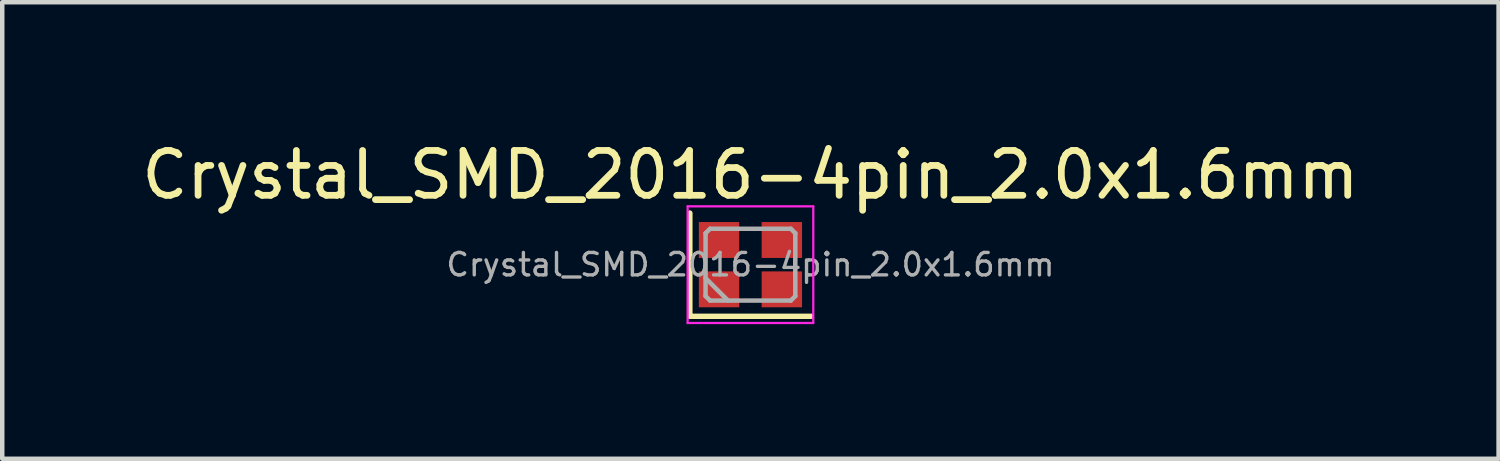
<source format=kicad_pcb>
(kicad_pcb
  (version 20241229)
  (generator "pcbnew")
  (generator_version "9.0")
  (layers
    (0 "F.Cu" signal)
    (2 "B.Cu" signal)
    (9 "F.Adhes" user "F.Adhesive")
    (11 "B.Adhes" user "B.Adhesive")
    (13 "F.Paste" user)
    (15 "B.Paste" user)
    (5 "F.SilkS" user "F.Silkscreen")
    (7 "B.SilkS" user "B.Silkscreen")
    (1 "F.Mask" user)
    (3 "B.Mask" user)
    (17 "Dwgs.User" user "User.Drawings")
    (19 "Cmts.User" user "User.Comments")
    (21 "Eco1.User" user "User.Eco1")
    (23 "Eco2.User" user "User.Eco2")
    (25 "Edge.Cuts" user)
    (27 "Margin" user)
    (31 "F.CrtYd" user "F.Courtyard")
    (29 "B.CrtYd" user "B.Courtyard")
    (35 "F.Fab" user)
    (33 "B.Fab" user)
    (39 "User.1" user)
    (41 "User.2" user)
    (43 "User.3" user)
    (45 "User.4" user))
  (footprint "Crystal_SMD_2016-4pin_2.0x1.6mm"
    (layer "F.Cu")
    (at 13.673 2.848)
    (property "Reference" "Crystal_SMD_2016-4pin_2.0x1.6mm" (at 0 -2 0) (layer "F.SilkS") (effects (font (size 1 1) (thickness 0.15))))
    (attr smd)
    (fp_line (start -1.35 -1.15) (end -1.35 1.15) (stroke (width 0.12) (type solid)) (layer "F.SilkS"))
    (fp_line (start -1.35 1.15) (end 1.35 1.15) (stroke (width 0.12) (type solid)) (layer "F.SilkS"))
    (fp_line (start -1.4 -1.3) (end -1.4 1.3) (stroke (width 0.05) (type solid)) (layer "F.CrtYd"))
    (fp_line (start -1.4 1.3) (end 1.4 1.3) (stroke (width 0.05) (type solid)) (layer "F.CrtYd"))
    (fp_line (start 1.4 -1.3) (end -1.4 -1.3) (stroke (width 0.05) (type solid)) (layer "F.CrtYd"))
    (fp_line (start 1.4 1.3) (end 1.4 -1.3) (stroke (width 0.05) (type solid)) (layer "F.CrtYd"))
    (fp_line (start -1 -0.7) (end -0.9 -0.8) (stroke (width 0.1) (type solid)) (layer "F.Fab"))
    (fp_line (start -1 0.3) (end -0.5 0.8) (stroke (width 0.1) (type solid)) (layer "F.Fab"))
    (fp_line (start -1 0.7) (end -1 -0.7) (stroke (width 0.1) (type solid)) (layer "F.Fab"))
    (fp_line (start -0.9 -0.8) (end 0.9 -0.8) (stroke (width 0.1) (type solid)) (layer "F.Fab"))
    (fp_line (start -0.9 0.8) (end -1 0.7) (stroke (width 0.1) (type solid)) (layer "F.Fab"))
    (fp_line (start 0.9 -0.8) (end 1 -0.7) (stroke (width 0.1) (type solid)) (layer "F.Fab"))
    (fp_line (start 0.9 0.8) (end -0.9 0.8) (stroke (width 0.1) (type solid)) (layer "F.Fab"))
    (fp_line (start 1 -0.7) (end 1 0.7) (stroke (width 0.1) (type solid)) (layer "F.Fab"))
    (fp_line (start 1 0.7) (end 0.9 0.8) (stroke (width 0.1) (type solid)) (layer "F.Fab"))
    (fp_text user "${REFERENCE}" (at 0 0 0) (layer "F.Fab") (effects (font (size 0.5 0.5) (thickness 0.075))))
    (pad "1" smd rect (at -0.7 0.55) (size 0.9 0.8) (layers "F.Cu" "F.Mask" "F.Paste"))
    (pad "2" smd rect (at -0.7 -0.55) (size 0.9 0.8) (layers "F.Cu" "F.Mask" "F.Paste"))
    (pad "2" smd rect (at 0.7 0.55) (size 0.9 0.8) (layers "F.Cu" "F.Mask" "F.Paste"))
    (pad "3" smd rect (at 0.7 -0.55) (size 0.9 0.8) (layers "F.Cu" "F.Mask" "F.Paste")))
  (gr_rect
    (start -3 -3)
    (end 30.345 7.173)
    (stroke (width 0.1) (type default))
    (fill no)
    (layer "Edge.Cuts")))
</source>
